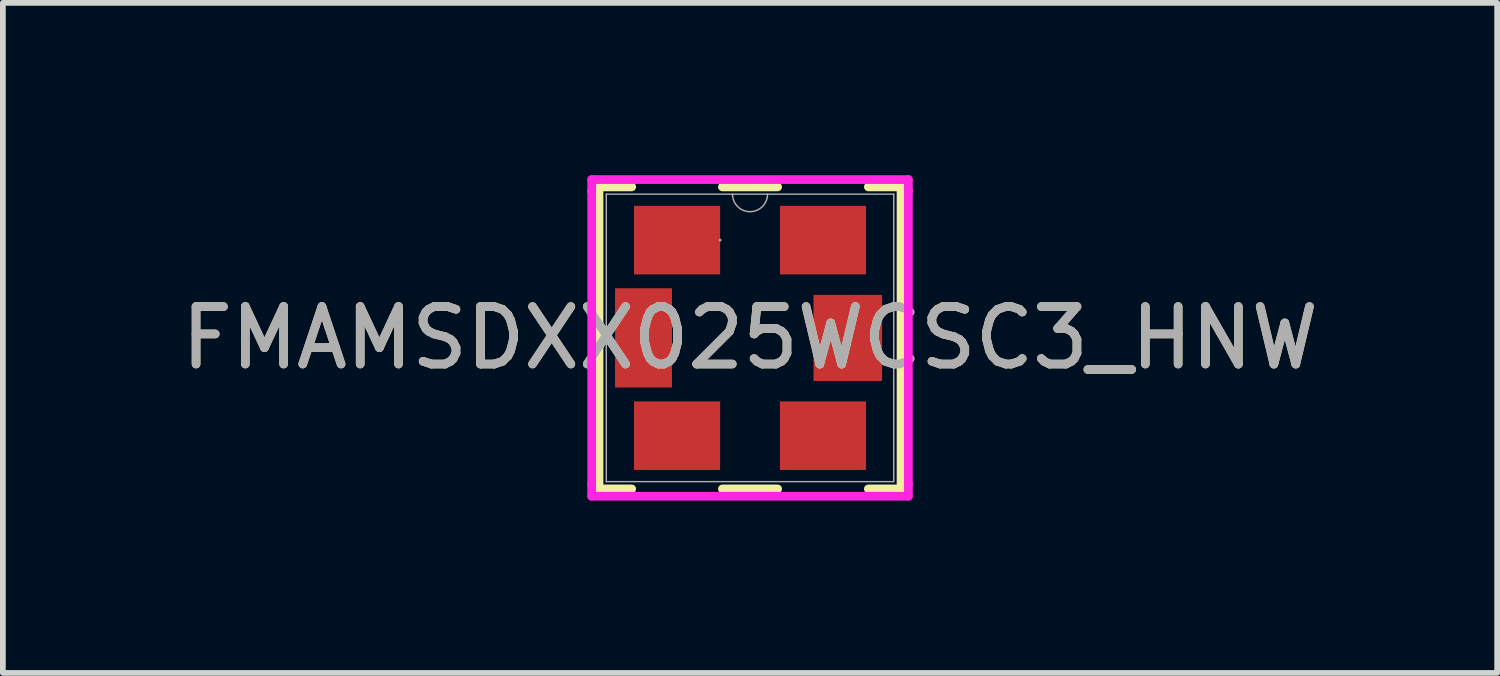
<source format=kicad_pcb>
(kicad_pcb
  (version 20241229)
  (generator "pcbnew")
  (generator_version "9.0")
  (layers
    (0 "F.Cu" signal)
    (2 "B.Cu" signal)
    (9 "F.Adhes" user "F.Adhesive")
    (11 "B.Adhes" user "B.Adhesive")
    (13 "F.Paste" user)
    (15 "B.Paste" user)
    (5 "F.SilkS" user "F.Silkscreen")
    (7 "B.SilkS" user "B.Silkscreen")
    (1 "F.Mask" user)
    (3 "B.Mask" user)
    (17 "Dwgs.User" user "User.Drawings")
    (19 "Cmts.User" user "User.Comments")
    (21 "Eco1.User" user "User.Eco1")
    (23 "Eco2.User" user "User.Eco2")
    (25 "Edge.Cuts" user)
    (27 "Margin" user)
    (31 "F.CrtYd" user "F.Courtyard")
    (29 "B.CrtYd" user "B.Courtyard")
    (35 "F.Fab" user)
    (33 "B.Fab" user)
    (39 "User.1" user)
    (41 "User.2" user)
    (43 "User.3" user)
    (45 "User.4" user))
  (footprint "FMAMSDXX025WCSC3_HNW"
    (layer "F.Cu")
    (at 10.006 2.832)
    (property "Reference" "FMAMSDXX025WCSC3_HNW" (at 0 0 0) (unlocked yes) (layer "F.SilkS") (effects (font (size 1 1) (thickness 0.15))))
    (attr smd)
    (fp_line (start -2.629 -2.629) (end -2.629 2.629) (stroke (width 0.152) (type solid)) (layer "F.SilkS"))
    (fp_line (start -2.629 2.629) (end -2.06 2.629) (stroke (width 0.152) (type solid)) (layer "F.SilkS"))
    (fp_line (start -2.06 -2.629) (end -2.629 -2.629) (stroke (width 0.152) (type solid)) (layer "F.SilkS"))
    (fp_line (start -0.48 2.629) (end 0.48 2.629) (stroke (width 0.152) (type solid)) (layer "F.SilkS"))
    (fp_line (start 0.48 -2.629) (end -0.48 -2.629) (stroke (width 0.152) (type solid)) (layer "F.SilkS"))
    (fp_line (start 2.06 2.629) (end 2.629 2.629) (stroke (width 0.152) (type solid)) (layer "F.SilkS"))
    (fp_line (start 2.629 -2.629) (end 2.06 -2.629) (stroke (width 0.152) (type solid)) (layer "F.SilkS"))
    (fp_line (start 2.629 2.629) (end 2.629 -2.629) (stroke (width 0.152) (type solid)) (layer "F.SilkS"))
    (fp_line (start -2.756 -2.756) (end 2.756 -2.756) (stroke (width 0.152) (type solid)) (layer "F.CrtYd"))
    (fp_line (start -2.756 -2.553) (end -2.756 -2.756) (stroke (width 0.152) (type solid)) (layer "F.CrtYd"))
    (fp_line (start -2.756 -2.553) (end -2.756 -2.553) (stroke (width 0.152) (type solid)) (layer "F.CrtYd"))
    (fp_line (start -2.756 2.553) (end -2.756 -2.553) (stroke (width 0.152) (type solid)) (layer "F.CrtYd"))
    (fp_line (start -2.756 2.553) (end -2.756 2.553) (stroke (width 0.152) (type solid)) (layer "F.CrtYd"))
    (fp_line (start -2.756 2.756) (end -2.756 2.553) (stroke (width 0.152) (type solid)) (layer "F.CrtYd"))
    (fp_line (start 2.756 -2.756) (end 2.756 -2.553) (stroke (width 0.152) (type solid)) (layer "F.CrtYd"))
    (fp_line (start 2.756 -2.553) (end 2.756 -2.553) (stroke (width 0.152) (type solid)) (layer "F.CrtYd"))
    (fp_line (start 2.756 -2.553) (end 2.756 2.553) (stroke (width 0.152) (type solid)) (layer "F.CrtYd"))
    (fp_line (start 2.756 2.553) (end 2.756 2.553) (stroke (width 0.152) (type solid)) (layer "F.CrtYd"))
    (fp_line (start 2.756 2.553) (end 2.756 2.756) (stroke (width 0.152) (type solid)) (layer "F.CrtYd"))
    (fp_line (start 2.756 2.756) (end -2.756 2.756) (stroke (width 0.152) (type solid)) (layer "F.CrtYd"))
    (fp_line (start -2.502 -2.502) (end -2.502 2.502) (stroke (width 0.025) (type solid)) (layer "F.Fab"))
    (fp_line (start -2.502 2.502) (end 2.502 2.502) (stroke (width 0.025) (type solid)) (layer "F.Fab"))
    (fp_line (start 2.502 -2.502) (end -2.502 -2.502) (stroke (width 0.025) (type solid)) (layer "F.Fab"))
    (fp_line (start 2.502 2.502) (end 2.502 -2.502) (stroke (width 0.025) (type solid)) (layer "F.Fab"))
    (fp_arc (start 0.3048 -2.5019) (mid 0 -2.1971) (end -0.3048 -2.5019) (stroke (width 0.0254) (type solid)) (layer "F.Fab"))
    (fp_circle (center -0.521 -1.702) (end -0.521 -1.702) (stroke (width 0.025) (type solid)) (fill no) (layer "F.Fab"))
    (fp_text user "${REFERENCE}" (at 0 0 0) (unlocked yes) (layer "F.Fab") (effects (font (size 1 1) (thickness 0.15))))
    (pad "1" smd rect (at -1.27 -1.702) (size 1.499 1.194) (layers "F.Cu" "F.Mask" "F.Paste"))
    (pad "2" smd rect (at 1.27 -1.702) (size 1.499 1.194) (layers "F.Cu" "F.Mask" "F.Paste"))
    (pad "3" smd rect (at 1.27 1.702) (size 1.499 1.194) (layers "F.Cu" "F.Mask" "F.Paste"))
    (pad "4" smd rect (at -1.27 1.702) (size 1.499 1.194) (layers "F.Cu" "F.Mask" "F.Paste"))
    (pad "5" smd rect (at 1.702 0) (size 1.194 1.499) (layers "F.Cu" "F.Mask"))
    (pad "6" smd rect (at -1.854 0) (size 0.991 1.727) (layers "F.Cu" "F.Mask" "F.Paste")))
  (gr_rect
    (start -3 -3)
    (end 23.012 8.664)
    (stroke (width 0.1) (type default))
    (fill no)
    (layer "Edge.Cuts")))
</source>
